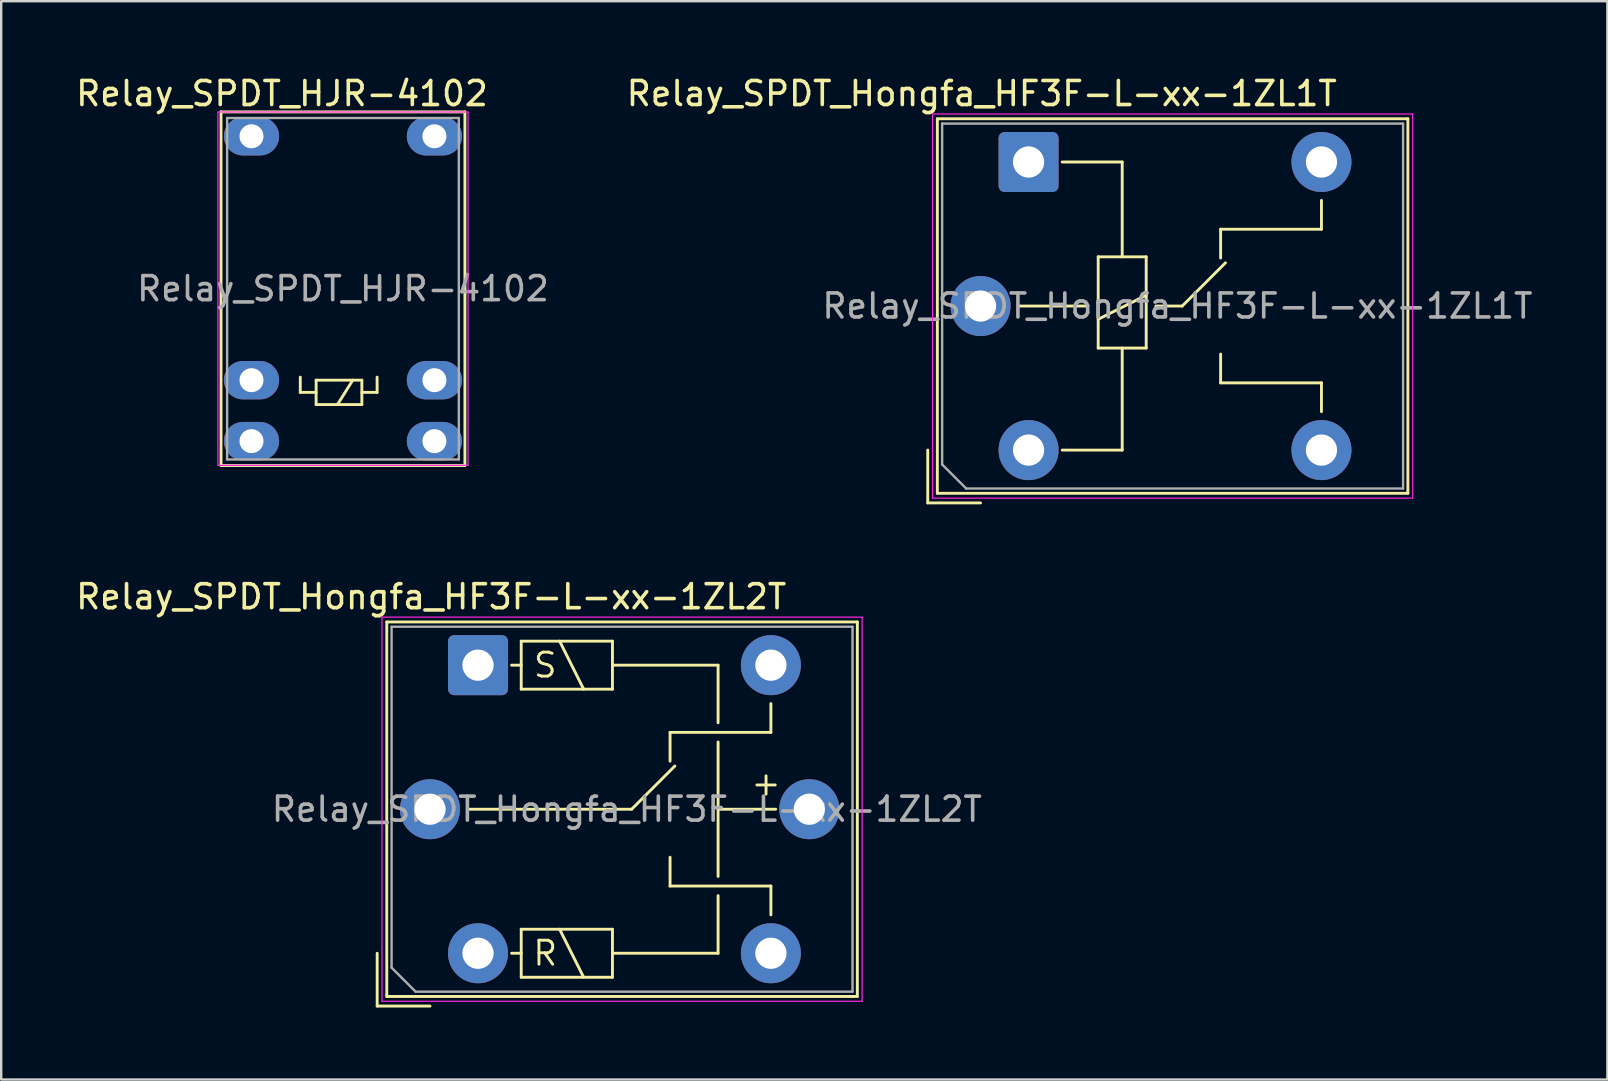
<source format=kicad_pcb>
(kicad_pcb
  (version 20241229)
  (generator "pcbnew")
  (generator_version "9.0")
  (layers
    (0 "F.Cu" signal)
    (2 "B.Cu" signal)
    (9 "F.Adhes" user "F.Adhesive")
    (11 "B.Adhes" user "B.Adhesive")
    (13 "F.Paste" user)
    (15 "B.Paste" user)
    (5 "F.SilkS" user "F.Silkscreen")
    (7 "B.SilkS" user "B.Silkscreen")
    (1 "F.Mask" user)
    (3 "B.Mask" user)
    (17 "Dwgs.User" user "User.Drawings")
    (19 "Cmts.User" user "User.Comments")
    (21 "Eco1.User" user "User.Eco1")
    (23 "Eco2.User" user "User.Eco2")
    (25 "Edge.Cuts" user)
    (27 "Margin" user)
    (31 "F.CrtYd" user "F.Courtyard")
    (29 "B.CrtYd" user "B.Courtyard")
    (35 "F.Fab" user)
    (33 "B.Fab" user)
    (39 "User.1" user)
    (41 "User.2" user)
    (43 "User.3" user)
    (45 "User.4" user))
  (footprint "Relay_SPDT_HJR-4102"
    (layer "F.Cu")
    (at 7.426 2.626)
    (property "Reference" "Relay_SPDT_HJR-4102" (at 1.27 -1.778 0) (layer "F.SilkS") (effects (font (size 1 1) (thickness 0.15))))
    (attr through_hole)
    (fp_line (start -1.27 -1.016) (end 8.89 -1.016) (stroke (width 0.12) (type solid)) (layer "F.SilkS"))
    (fp_line (start -1.27 13.716) (end -1.27 -1.016) (stroke (width 0.12) (type solid)) (layer "F.SilkS"))
    (fp_line (start 2.032 10.033) (end 2.032 10.668) (stroke (width 0.12) (type solid)) (layer "F.SilkS"))
    (fp_line (start 2.032 10.668) (end 2.692 10.668) (stroke (width 0.12) (type solid)) (layer "F.SilkS"))
    (fp_line (start 2.692 10.16) (end 2.692 11.176) (stroke (width 0.12) (type solid)) (layer "F.SilkS"))
    (fp_line (start 2.692 11.176) (end 4.597 11.176) (stroke (width 0.12) (type solid)) (layer "F.SilkS"))
    (fp_line (start 4.216 10.16) (end 3.581 11.176) (stroke (width 0.12) (type solid)) (layer "F.SilkS"))
    (fp_line (start 4.597 10.16) (end 2.692 10.16) (stroke (width 0.12) (type solid)) (layer "F.SilkS"))
    (fp_line (start 4.597 10.16) (end 4.597 11.176) (stroke (width 0.12) (type solid)) (layer "F.SilkS"))
    (fp_line (start 5.232 10.033) (end 5.232 10.668) (stroke (width 0.12) (type solid)) (layer "F.SilkS"))
    (fp_line (start 5.232 10.668) (end 4.597 10.668) (stroke (width 0.12) (type solid)) (layer "F.SilkS"))
    (fp_line (start 8.89 -1.016) (end 8.89 13.716) (stroke (width 0.12) (type solid)) (layer "F.SilkS"))
    (fp_line (start 8.89 13.716) (end -1.27 13.716) (stroke (width 0.12) (type solid)) (layer "F.SilkS"))
    (fp_line (start -1.4 -1.01) (end 9.02 -1.01) (stroke (width 0.05) (type solid)) (layer "F.CrtYd"))
    (fp_line (start -1.4 13.71) (end -1.4 -1.01) (stroke (width 0.05) (type solid)) (layer "F.CrtYd"))
    (fp_line (start 9.02 -1.01) (end 9.02 13.71) (stroke (width 0.05) (type solid)) (layer "F.CrtYd"))
    (fp_line (start 9.02 13.71) (end -1.4 13.71) (stroke (width 0.05) (type solid)) (layer "F.CrtYd"))
    (fp_line (start -1.016 -0.762) (end 8.636 -0.762) (stroke (width 0.1) (type solid)) (layer "F.Fab"))
    (fp_line (start -1.016 13.462) (end -1.016 -0.762) (stroke (width 0.1) (type solid)) (layer "F.Fab"))
    (fp_line (start 8.636 -0.762) (end 8.636 13.462) (stroke (width 0.1) (type solid)) (layer "F.Fab"))
    (fp_line (start 8.636 13.462) (end -1.016 13.462) (stroke (width 0.1) (type solid)) (layer "F.Fab"))
    (fp_text user "${REFERENCE}" (at 3.81 6.35 0) (layer "F.Fab") (effects (font (size 1 1) (thickness 0.15))))
    (pad "1" thru_hole oval (at 0 0) (size 2.3 1.6) (drill 1) (layers "*.Cu" "*.Mask"))
    (pad "5" thru_hole oval (at 0 10.16) (size 2.3 1.6) (drill 1) (layers "*.Cu" "*.Mask"))
    (pad "6" thru_hole oval (at 0 12.7) (size 2.3 1.6) (drill 1) (layers "*.Cu" "*.Mask"))
    (pad "7" thru_hole oval (at 7.62 12.7) (size 2.3 1.6) (drill 1) (layers "*.Cu" "*.Mask"))
    (pad "8" thru_hole oval (at 7.62 10.16) (size 2.3 1.6) (drill 1) (layers "*.Cu" "*.Mask"))
    (pad "12" thru_hole oval (at 7.62 0) (size 2.3 1.6) (drill 1) (layers "*.Cu" "*.Mask")))
  (footprint "Relay_SPDT_Hongfa_HF3F-L-xx-1ZL2T"
    (layer "F.Cu")
    (at 16.861 24.657)
    (property "Reference" "Relay_SPDT_Hongfa_HF3F-L-xx-1ZL2T" (at -1.95 -2.85 0) (layer "F.SilkS") (effects (font (size 1 1) (thickness 0.15))))
    (attr through_hole)
    (fp_line (start -4.2 12) (end -4.2 14.2) (stroke (width 0.12) (type solid)) (layer "F.SilkS"))
    (fp_line (start -4.2 14.2) (end -2 14.2) (stroke (width 0.12) (type solid)) (layer "F.SilkS"))
    (fp_line (start -3.8 -1.8) (end -3.8 13.8) (stroke (width 0.12) (type solid)) (layer "F.SilkS"))
    (fp_line (start -3.8 13.8) (end 15.8 13.8) (stroke (width 0.12) (type solid)) (layer "F.SilkS"))
    (fp_line (start -0.4 6) (end 6.4 6) (stroke (width 0.12) (type solid)) (layer "F.SilkS"))
    (fp_line (start 1.8 -1) (end 1.8 1) (stroke (width 0.12) (type solid)) (layer "F.SilkS"))
    (fp_line (start 1.8 0) (end 1.4 0) (stroke (width 0.12) (type solid)) (layer "F.SilkS"))
    (fp_line (start 1.8 1) (end 5.6 1) (stroke (width 0.12) (type solid)) (layer "F.SilkS"))
    (fp_line (start 1.8 11) (end 1.8 13) (stroke (width 0.12) (type solid)) (layer "F.SilkS"))
    (fp_line (start 1.8 12) (end 1.4 12) (stroke (width 0.12) (type solid)) (layer "F.SilkS"))
    (fp_line (start 1.8 13) (end 5.6 13) (stroke (width 0.12) (type solid)) (layer "F.SilkS"))
    (fp_line (start 3.4 -1) (end 4.4 1) (stroke (width 0.12) (type solid)) (layer "F.SilkS"))
    (fp_line (start 3.4 11) (end 4.4 13) (stroke (width 0.12) (type solid)) (layer "F.SilkS"))
    (fp_line (start 5.6 -1) (end 1.8 -1) (stroke (width 0.12) (type solid)) (layer "F.SilkS"))
    (fp_line (start 5.6 0) (end 10 0) (stroke (width 0.12) (type solid)) (layer "F.SilkS"))
    (fp_line (start 5.6 1) (end 5.6 -1) (stroke (width 0.12) (type solid)) (layer "F.SilkS"))
    (fp_line (start 5.6 11) (end 1.8 11) (stroke (width 0.12) (type solid)) (layer "F.SilkS"))
    (fp_line (start 5.6 13) (end 5.6 11) (stroke (width 0.12) (type solid)) (layer "F.SilkS"))
    (fp_line (start 6.4 6) (end 8.2 4.2) (stroke (width 0.12) (type solid)) (layer "F.SilkS"))
    (fp_line (start 8 2.8) (end 8 4) (stroke (width 0.12) (type solid)) (layer "F.SilkS"))
    (fp_line (start 8 9.2) (end 8 8) (stroke (width 0.12) (type solid)) (layer "F.SilkS"))
    (fp_line (start 10 0) (end 10 2.4) (stroke (width 0.12) (type solid)) (layer "F.SilkS"))
    (fp_line (start 10 3.2) (end 10 8.8) (stroke (width 0.12) (type solid)) (layer "F.SilkS"))
    (fp_line (start 10 6) (end 12.4 6) (stroke (width 0.12) (type solid)) (layer "F.SilkS"))
    (fp_line (start 10 9.6) (end 10 12) (stroke (width 0.12) (type solid)) (layer "F.SilkS"))
    (fp_line (start 10 12) (end 5.6 12) (stroke (width 0.12) (type solid)) (layer "F.SilkS"))
    (fp_line (start 12.2 1.6) (end 12.2 2.8) (stroke (width 0.12) (type solid)) (layer "F.SilkS"))
    (fp_line (start 12.2 2.8) (end 8 2.8) (stroke (width 0.12) (type solid)) (layer "F.SilkS"))
    (fp_line (start 12.2 9.2) (end 8 9.2) (stroke (width 0.12) (type solid)) (layer "F.SilkS"))
    (fp_line (start 12.2 10.4) (end 12.2 9.2) (stroke (width 0.12) (type solid)) (layer "F.SilkS"))
    (fp_line (start 15.8 -1.8) (end -3.8 -1.8) (stroke (width 0.12) (type solid)) (layer "F.SilkS"))
    (fp_line (start 15.8 13.8) (end 15.8 -1.8) (stroke (width 0.12) (type solid)) (layer "F.SilkS"))
    (fp_line (start -4 -2) (end -4 14) (stroke (width 0.05) (type solid)) (layer "F.CrtYd"))
    (fp_line (start -4 14) (end 16 14) (stroke (width 0.05) (type solid)) (layer "F.CrtYd"))
    (fp_line (start 16 -2) (end -4 -2) (stroke (width 0.05) (type solid)) (layer "F.CrtYd"))
    (fp_line (start 16 14) (end 16 -2) (stroke (width 0.05) (type solid)) (layer "F.CrtYd"))
    (fp_line (start -3.6 -1.6) (end -3.6 12.6) (stroke (width 0.1) (type solid)) (layer "F.Fab"))
    (fp_line (start -3.6 12.6) (end -2.6 13.6) (stroke (width 0.1) (type solid)) (layer "F.Fab"))
    (fp_line (start -2.6 13.6) (end 15.6 13.6) (stroke (width 0.1) (type solid)) (layer "F.Fab"))
    (fp_line (start 15.6 -1.6) (end -3.6 -1.6) (stroke (width 0.1) (type solid)) (layer "F.Fab"))
    (fp_line (start 15.6 13.6) (end 15.6 -1.6) (stroke (width 0.1) (type solid)) (layer "F.Fab"))
    (fp_text user "+" (at 11.3 5.5 0) (unlocked yes) (layer "F.SilkS") (effects (font (size 1 1) (thickness 0.12)) (justify left bottom)))
    (fp_text user "S" (at 2.8 0 0) (layer "F.SilkS") (effects (font (size 1 1) (thickness 0.12))))
    (fp_text user "R" (at 2.8 12 180) (layer "F.SilkS") (effects (font (size 1 1) (thickness 0.12))))
    (fp_text user "${REFERENCE}" (at 6.2 6 0) (layer "F.Fab") (effects (font (size 1 1) (thickness 0.15))))
    (pad "11" thru_hole circle (at -2 6) (size 2.5 2.5) (drill 1.3) (layers "*.Cu" "*.Mask"))
    (pad "12" thru_hole circle (at 12.2 0) (size 2.5 2.5) (drill 1.3) (layers "*.Cu" "*.Mask"))
    (pad "14" thru_hole circle (at 12.2 12) (size 2.5 2.5) (drill 1.3) (layers "*.Cu" "*.Mask"))
    (pad "A1" thru_hole roundrect (at 0 0) (size 2.5 2.5) (drill 1.3) (layers "*.Cu" "*.Mask") (roundrect_rratio 0.1))
    (pad "A2" thru_hole circle (at 0 12) (size 2.5 2.5) (drill 1.3) (layers "*.Cu" "*.Mask"))
    (pad "A3" thru_hole circle (at 13.8 6) (size 2.5 2.5) (drill 1.3) (layers "*.Cu" "*.Mask")))
  (footprint "Relay_SPDT_Hongfa_HF3F-L-xx-1ZL1T"
    (layer "F.Cu")
    (at 39.794 3.698)
    (property "Reference" "Relay_SPDT_Hongfa_HF3F-L-xx-1ZL1T" (at -1.95 -2.85 0) (layer "F.SilkS") (effects (font (size 1 1) (thickness 0.15))))
    (attr through_hole)
    (fp_line (start -4.2 12) (end -4.2 14.2) (stroke (width 0.12) (type solid)) (layer "F.SilkS"))
    (fp_line (start -4.2 14.2) (end -2 14.2) (stroke (width 0.12) (type solid)) (layer "F.SilkS"))
    (fp_line (start -3.8 -1.8) (end -3.8 13.8) (stroke (width 0.12) (type solid)) (layer "F.SilkS"))
    (fp_line (start -3.8 13.8) (end 15.8 13.8) (stroke (width 0.12) (type solid)) (layer "F.SilkS"))
    (fp_line (start -0.4 6) (end 2.4 6) (stroke (width 0.12) (type solid)) (layer "F.SilkS"))
    (fp_line (start 2.9 3.95) (end 2.9 7.75) (stroke (width 0.12) (type solid)) (layer "F.SilkS"))
    (fp_line (start 2.9 7.75) (end 4.9 7.75) (stroke (width 0.12) (type solid)) (layer "F.SilkS"))
    (fp_line (start 3.9 0) (end 1.4 0) (stroke (width 0.12) (type solid)) (layer "F.SilkS"))
    (fp_line (start 3.9 3.95) (end 3.9 0) (stroke (width 0.12) (type default)) (layer "F.SilkS"))
    (fp_line (start 3.9 7.75) (end 3.9 12) (stroke (width 0.12) (type default)) (layer "F.SilkS"))
    (fp_line (start 3.9 12) (end 1.4 12) (stroke (width 0.12) (type solid)) (layer "F.SilkS"))
    (fp_line (start 4.9 3.95) (end 2.9 3.95) (stroke (width 0.12) (type solid)) (layer "F.SilkS"))
    (fp_line (start 4.9 5.55) (end 2.9 6.55) (stroke (width 0.12) (type solid)) (layer "F.SilkS"))
    (fp_line (start 4.9 7.75) (end 4.9 3.95) (stroke (width 0.12) (type solid)) (layer "F.SilkS"))
    (fp_line (start 6.4 6) (end 5.3 6) (stroke (width 0.12) (type default)) (layer "F.SilkS"))
    (fp_line (start 6.4 6) (end 8.2 4.2) (stroke (width 0.12) (type solid)) (layer "F.SilkS"))
    (fp_line (start 8 2.8) (end 8 4) (stroke (width 0.12) (type solid)) (layer "F.SilkS"))
    (fp_line (start 8 9.2) (end 8 8) (stroke (width 0.12) (type solid)) (layer "F.SilkS"))
    (fp_line (start 12.2 1.6) (end 12.2 2.8) (stroke (width 0.12) (type solid)) (layer "F.SilkS"))
    (fp_line (start 12.2 2.8) (end 8 2.8) (stroke (width 0.12) (type solid)) (layer "F.SilkS"))
    (fp_line (start 12.2 9.2) (end 8 9.2) (stroke (width 0.12) (type solid)) (layer "F.SilkS"))
    (fp_line (start 12.2 10.4) (end 12.2 9.2) (stroke (width 0.12) (type solid)) (layer "F.SilkS"))
    (fp_line (start 15.8 -1.8) (end -3.8 -1.8) (stroke (width 0.12) (type solid)) (layer "F.SilkS"))
    (fp_line (start 15.8 13.8) (end 15.8 -1.8) (stroke (width 0.12) (type solid)) (layer "F.SilkS"))
    (fp_line (start -4 -2) (end -4 14) (stroke (width 0.05) (type solid)) (layer "F.CrtYd"))
    (fp_line (start -4 14) (end 16 14) (stroke (width 0.05) (type solid)) (layer "F.CrtYd"))
    (fp_line (start 16 -2) (end -4 -2) (stroke (width 0.05) (type solid)) (layer "F.CrtYd"))
    (fp_line (start 16 14) (end 16 -2) (stroke (width 0.05) (type solid)) (layer "F.CrtYd"))
    (fp_line (start -3.6 -1.6) (end -3.6 12.6) (stroke (width 0.1) (type solid)) (layer "F.Fab"))
    (fp_line (start -3.6 12.6) (end -2.6 13.6) (stroke (width 0.1) (type solid)) (layer "F.Fab"))
    (fp_line (start -2.6 13.6) (end 15.6 13.6) (stroke (width 0.1) (type solid)) (layer "F.Fab"))
    (fp_line (start 15.6 -1.6) (end -3.6 -1.6) (stroke (width 0.1) (type solid)) (layer "F.Fab"))
    (fp_line (start 15.6 13.6) (end 15.6 -1.6) (stroke (width 0.1) (type solid)) (layer "F.Fab"))
    (fp_text user "${REFERENCE}" (at 6.2 6 0) (layer "F.Fab") (effects (font (size 1 1) (thickness 0.15))))
    (pad "11" thru_hole circle (at -2 6) (size 2.5 2.5) (drill 1.3) (layers "*.Cu" "*.Mask"))
    (pad "12" thru_hole circle (at 12.2 0) (size 2.5 2.5) (drill 1.3) (layers "*.Cu" "*.Mask"))
    (pad "14" thru_hole circle (at 12.2 12) (size 2.5 2.5) (drill 1.3) (layers "*.Cu" "*.Mask"))
    (pad "A1" thru_hole roundrect (at 0 0) (size 2.5 2.5) (drill 1.3) (layers "*.Cu" "*.Mask") (roundrect_rratio 0.1))
    (pad "A2" thru_hole circle (at 0 12) (size 2.5 2.5) (drill 1.3) (layers "*.Cu" "*.Mask")))
  (gr_rect
    (start -3 -3)
    (end 63.904 41.916)
    (stroke (width 0.1) (type default))
    (fill no)
    (layer "Edge.Cuts")))
</source>
